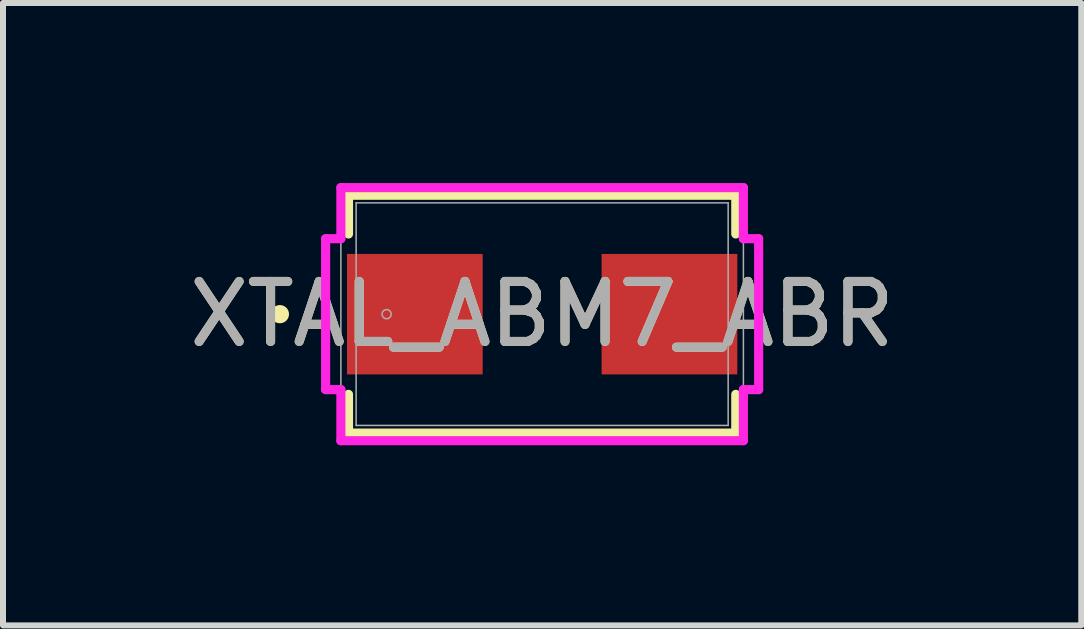
<source format=kicad_pcb>
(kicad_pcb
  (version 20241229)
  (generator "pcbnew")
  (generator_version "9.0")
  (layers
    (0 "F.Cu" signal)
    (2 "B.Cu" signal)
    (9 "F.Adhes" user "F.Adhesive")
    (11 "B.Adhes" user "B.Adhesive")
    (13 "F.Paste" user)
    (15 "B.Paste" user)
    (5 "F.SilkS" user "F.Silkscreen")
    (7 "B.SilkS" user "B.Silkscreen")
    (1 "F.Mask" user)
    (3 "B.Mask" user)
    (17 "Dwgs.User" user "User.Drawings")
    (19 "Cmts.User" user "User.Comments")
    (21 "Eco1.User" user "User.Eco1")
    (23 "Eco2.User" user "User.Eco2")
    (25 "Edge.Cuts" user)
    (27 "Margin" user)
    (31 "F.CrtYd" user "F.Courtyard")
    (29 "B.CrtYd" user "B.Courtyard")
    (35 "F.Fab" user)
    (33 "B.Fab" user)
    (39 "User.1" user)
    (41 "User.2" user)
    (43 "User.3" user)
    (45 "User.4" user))
  (footprint "XTAL_ABM7_ABR"
    (layer "F.Cu")
    (at 5.982 2.184)
    (property "Reference" "XTAL_ABM7_ABR" (at 0 0 0) (unlocked yes) (layer "F.SilkS") (effects (font (size 1 1) (thickness 0.15))))
    (attr smd)
    (fp_line (start -3.226 -1.981) (end -3.226 -1.336) (stroke (width 0.152) (type solid)) (layer "F.SilkS"))
    (fp_line (start -3.226 1.336) (end -3.226 1.981) (stroke (width 0.152) (type solid)) (layer "F.SilkS"))
    (fp_line (start -3.226 1.981) (end 3.226 1.981) (stroke (width 0.152) (type solid)) (layer "F.SilkS"))
    (fp_line (start 3.226 -1.981) (end -3.226 -1.981) (stroke (width 0.152) (type solid)) (layer "F.SilkS"))
    (fp_line (start 3.226 -1.336) (end 3.226 -1.981) (stroke (width 0.152) (type solid)) (layer "F.SilkS"))
    (fp_line (start 3.226 1.981) (end 3.226 1.336) (stroke (width 0.152) (type solid)) (layer "F.SilkS"))
    (fp_circle (center -4.369 0) (end -4.293 0) (stroke (width 0.152) (type solid)) (fill no) (layer "F.SilkS"))
    (fp_line (start -3.607 -1.257) (end -3.353 -1.257) (stroke (width 0.152) (type solid)) (layer "F.CrtYd"))
    (fp_line (start -3.607 1.257) (end -3.607 -1.257) (stroke (width 0.152) (type solid)) (layer "F.CrtYd"))
    (fp_line (start -3.353 -2.108) (end 3.353 -2.108) (stroke (width 0.152) (type solid)) (layer "F.CrtYd"))
    (fp_line (start -3.353 -1.257) (end -3.353 -2.108) (stroke (width 0.152) (type solid)) (layer "F.CrtYd"))
    (fp_line (start -3.353 1.257) (end -3.607 1.257) (stroke (width 0.152) (type solid)) (layer "F.CrtYd"))
    (fp_line (start -3.353 2.108) (end -3.353 1.257) (stroke (width 0.152) (type solid)) (layer "F.CrtYd"))
    (fp_line (start 3.353 -2.108) (end 3.353 -1.257) (stroke (width 0.152) (type solid)) (layer "F.CrtYd"))
    (fp_line (start 3.353 -1.257) (end 3.607 -1.257) (stroke (width 0.152) (type solid)) (layer "F.CrtYd"))
    (fp_line (start 3.353 1.257) (end 3.353 2.108) (stroke (width 0.152) (type solid)) (layer "F.CrtYd"))
    (fp_line (start 3.353 2.108) (end -3.353 2.108) (stroke (width 0.152) (type solid)) (layer "F.CrtYd"))
    (fp_line (start 3.607 -1.257) (end 3.607 1.257) (stroke (width 0.152) (type solid)) (layer "F.CrtYd"))
    (fp_line (start 3.607 1.257) (end 3.353 1.257) (stroke (width 0.152) (type solid)) (layer "F.CrtYd"))
    (fp_line (start -3.353 -2.108) (end 3.353 -2.108) (stroke (width 0.025) (type solid)) (layer "F.Fab"))
    (fp_line (start -3.353 2.108) (end -3.353 -2.108) (stroke (width 0.025) (type solid)) (layer "F.Fab"))
    (fp_line (start -3.099 -1.854) (end -3.099 1.854) (stroke (width 0.025) (type solid)) (layer "F.Fab"))
    (fp_line (start -3.099 1.854) (end 3.099 1.854) (stroke (width 0.025) (type solid)) (layer "F.Fab"))
    (fp_line (start 3.099 -1.854) (end -3.099 -1.854) (stroke (width 0.025) (type solid)) (layer "F.Fab"))
    (fp_line (start 3.099 1.854) (end 3.099 -1.854) (stroke (width 0.025) (type solid)) (layer "F.Fab"))
    (fp_line (start 3.353 -2.108) (end 3.353 2.108) (stroke (width 0.025) (type solid)) (layer "F.Fab"))
    (fp_line (start 3.353 2.108) (end -3.353 2.108) (stroke (width 0.025) (type solid)) (layer "F.Fab"))
    (fp_circle (center -2.591 0) (end -2.515 0) (stroke (width 0.025) (type solid)) (fill no) (layer "F.Fab"))
    (fp_text user "${REFERENCE}" (at 0 0 0) (unlocked yes) (layer "F.Fab") (effects (font (size 1 1) (thickness 0.15))))
    (pad "1" smd rect (at -2.121 0 90) (size 2.007 2.261) (layers "F.Cu" "F.Mask" "F.Paste"))
    (pad "2" smd rect (at 2.121 0 90) (size 2.007 2.261) (layers "F.Cu" "F.Mask" "F.Paste"))
    (zone (net_name "") (layer "F.Cu") (hatch full 0.508) (connect_pads) (min_thickness 0.254) (filled_areas_thickness no) (keepout (tracks not_allowed) (vias not_allowed) (pads allowed) (copperpour not_allowed) (footprints allowed)) (placement (enabled no)) (fill) (polygon (pts (xy 2.934 0.381) (xy 9.03 0.381) (xy 9.03 1.13) (xy 2.934 1.13))))
    (zone (net_name "") (layer "F.Cu") (hatch full 0.508) (connect_pads) (min_thickness 0.254) (filled_areas_thickness no) (keepout (tracks not_allowed) (vias not_allowed) (pads allowed) (copperpour not_allowed) (footprints allowed)) (placement (enabled no)) (fill) (polygon (pts (xy 2.934 3.239) (xy 9.03 3.239) (xy 9.03 3.988) (xy 2.934 3.988))))
    (zone (net_name "") (layer "F.Cu") (hatch full 0.508) (connect_pads) (min_thickness 0.254) (filled_areas_thickness no) (keepout (tracks not_allowed) (vias not_allowed) (pads allowed) (copperpour not_allowed) (footprints allowed)) (placement (enabled no)) (fill) (polygon (pts (xy 5.042 1.13) (xy 6.922 1.13) (xy 6.922 3.239) (xy 5.042 3.239)))))
  (gr_rect
    (start -3 -3)
    (end 14.964 7.369)
    (stroke (width 0.1) (type default))
    (fill no)
    (layer "Edge.Cuts")))
</source>
